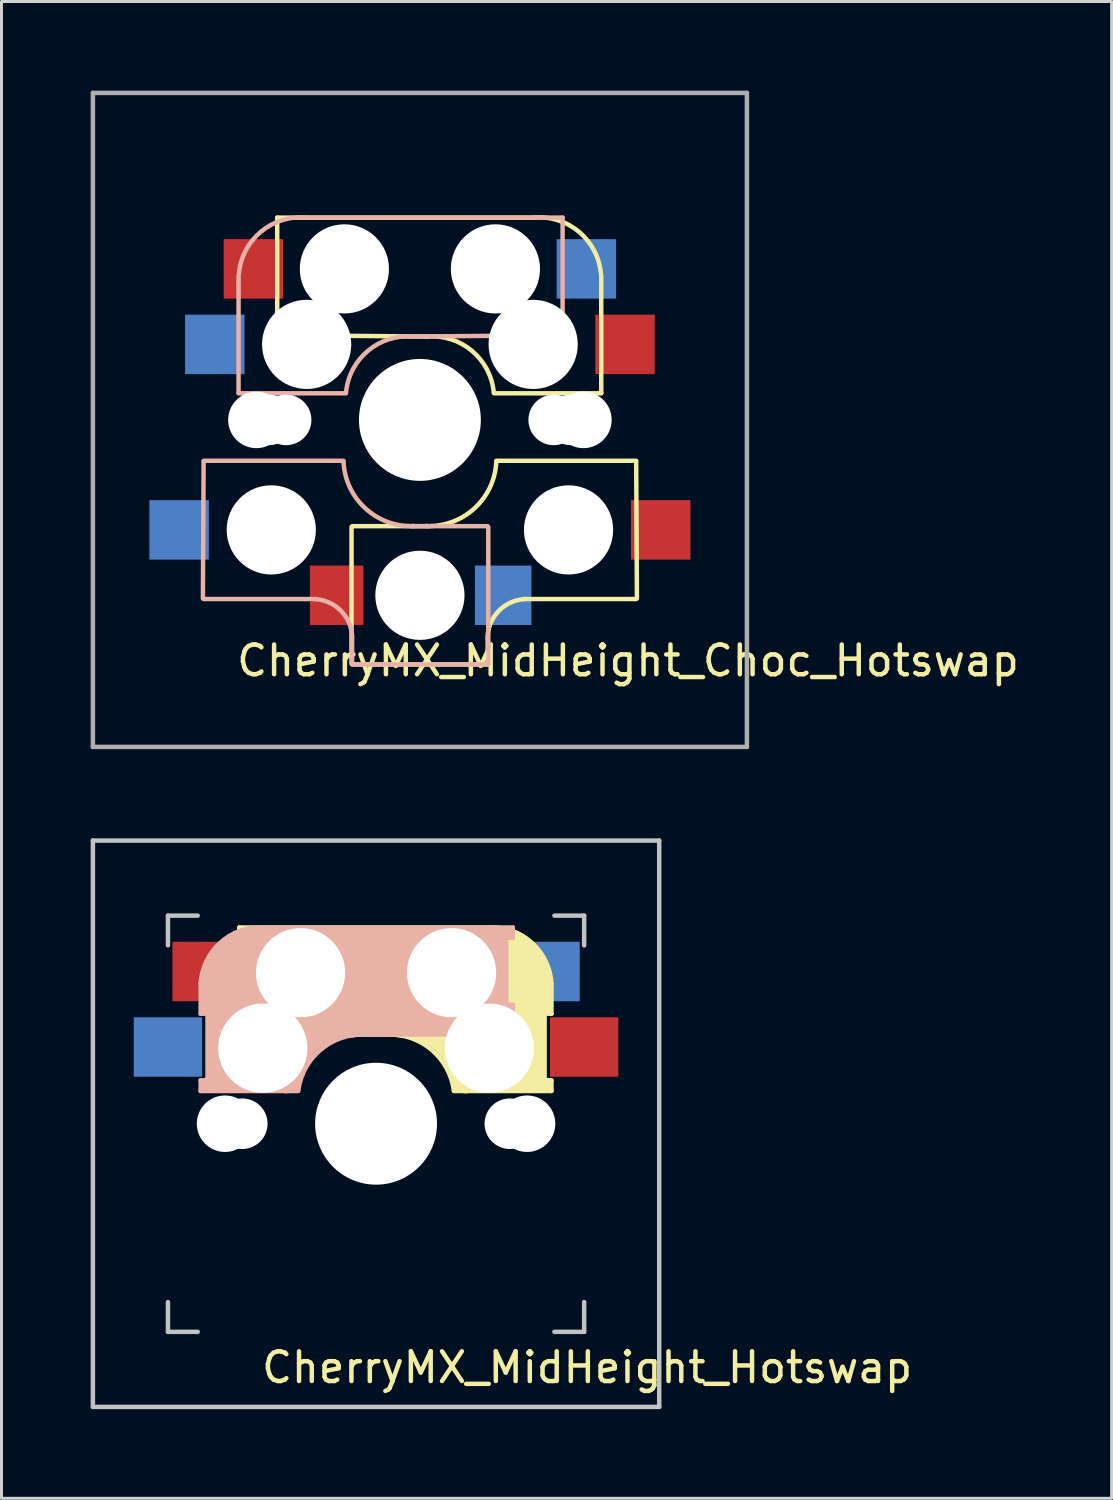
<source format=kicad_pcb>
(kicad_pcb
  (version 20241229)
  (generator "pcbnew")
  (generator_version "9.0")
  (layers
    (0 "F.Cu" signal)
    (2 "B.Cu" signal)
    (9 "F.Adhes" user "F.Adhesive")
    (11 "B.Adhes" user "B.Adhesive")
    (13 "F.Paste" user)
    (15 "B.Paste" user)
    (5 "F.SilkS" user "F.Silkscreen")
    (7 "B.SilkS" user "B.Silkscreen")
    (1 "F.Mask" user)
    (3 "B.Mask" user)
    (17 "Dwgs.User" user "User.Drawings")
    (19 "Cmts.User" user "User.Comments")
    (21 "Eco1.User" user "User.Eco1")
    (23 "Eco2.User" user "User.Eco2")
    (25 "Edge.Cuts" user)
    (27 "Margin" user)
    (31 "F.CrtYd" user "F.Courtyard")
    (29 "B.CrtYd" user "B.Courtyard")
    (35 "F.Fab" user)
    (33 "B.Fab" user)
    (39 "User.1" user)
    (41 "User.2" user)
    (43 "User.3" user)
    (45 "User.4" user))
  (footprint "CherryMX_MidHeight_Choc_Hotswap"
    (layer "F.Cu")
    (at 11.075 11.075)
    (property "Reference" "CherryMX_MidHeight_Choc_Hotswap" (at 7 8.1 0) (layer "F.SilkS") (effects (font (size 1 1) (thickness 0.15))))
    (attr through_hole)
    (fp_line (start -4.8 -6.804) (end 3.825 -6.804) (stroke (width 0.15) (type solid)) (layer "F.SilkS"))
    (fp_line (start -4.8 -2.896) (end -4.8 -6.804) (stroke (width 0.15) (type solid)) (layer "F.SilkS"))
    (fp_line (start -4.8 -2.85) (end 0.25 -2.804) (stroke (width 0.15) (type solid)) (layer "F.SilkS"))
    (fp_line (start -2.3 3.6) (end -2.3 8.2) (stroke (width 0.15) (type solid)) (layer "F.SilkS"))
    (fp_line (start -2.275 3.575) (end 0.275 3.575) (stroke (width 0.15) (type solid)) (layer "F.SilkS"))
    (fp_line (start -2.275 8.225) (end 2.275 8.225) (stroke (width 0.15) (type solid)) (layer "F.SilkS"))
    (fp_line (start 2.28 7.5) (end 2.28 8.2) (stroke (width 0.15) (type solid)) (layer "F.SilkS"))
    (fp_line (start 2.575 1.375) (end 7.275 1.375) (stroke (width 0.15) (type solid)) (layer "F.SilkS"))
    (fp_line (start 3.5 6.025) (end 7.275 6.025) (stroke (width 0.15) (type solid)) (layer "F.SilkS"))
    (fp_line (start 6.1 -4.85) (end 6.1 -0.905) (stroke (width 0.15) (type solid)) (layer "F.SilkS"))
    (fp_line (start 6.1 -0.896) (end 2.49 -0.896) (stroke (width 0.15) (type solid)) (layer "F.SilkS"))
    (fp_line (start 7.275 1.4) (end 7.3 6) (stroke (width 0.15) (type solid)) (layer "F.SilkS"))
    (fp_arc (start 0.225 -2.8) (mid 1.744361 -2.328061) (end 2.485 -0.92) (stroke (width 0.15) (type solid)) (layer "F.SilkS"))
    (fp_arc (start 2.28 7.45) (mid 2.595908 6.48733) (end 3.5 6.03) (stroke (width 0.15) (type solid)) (layer "F.SilkS"))
    (fp_arc (start 2.57 1.4) (mid 1.834422 2.975843) (end 0.2 3.57) (stroke (width 0.15) (type solid)) (layer "F.SilkS"))
    (fp_arc (start 3.825 -6.804) (mid 5.347189 -6.33089) (end 6.089 -4.92) (stroke (width 0.15) (type solid)) (layer "F.SilkS"))
    (fp_line (start -7.275 1.4) (end -7.3 6) (stroke (width 0.15) (type solid)) (layer "B.SilkS"))
    (fp_line (start -6.1 -4.85) (end -6.1 -0.905) (stroke (width 0.15) (type solid)) (layer "B.SilkS"))
    (fp_line (start -6.1 -0.896) (end -2.49 -0.896) (stroke (width 0.15) (type solid)) (layer "B.SilkS"))
    (fp_line (start -3.5 6.025) (end -7.275 6.025) (stroke (width 0.15) (type solid)) (layer "B.SilkS"))
    (fp_line (start -2.575 1.375) (end -7.275 1.375) (stroke (width 0.15) (type solid)) (layer "B.SilkS"))
    (fp_line (start -2.28 7.5) (end -2.28 8.2) (stroke (width 0.15) (type solid)) (layer "B.SilkS"))
    (fp_line (start 2.275 3.575) (end -0.275 3.575) (stroke (width 0.15) (type solid)) (layer "B.SilkS"))
    (fp_line (start 2.275 8.225) (end -2.275 8.225) (stroke (width 0.15) (type solid)) (layer "B.SilkS"))
    (fp_line (start 2.3 3.6) (end 2.3 8.2) (stroke (width 0.15) (type solid)) (layer "B.SilkS"))
    (fp_line (start 4.8 -6.804) (end -3.825 -6.804) (stroke (width 0.15) (type solid)) (layer "B.SilkS"))
    (fp_line (start 4.8 -2.896) (end 4.8 -6.804) (stroke (width 0.15) (type solid)) (layer "B.SilkS"))
    (fp_line (start 4.8 -2.85) (end -0.25 -2.804) (stroke (width 0.15) (type solid)) (layer "B.SilkS"))
    (fp_arc (start -6.089 -4.92) (mid -5.347189 -6.33089) (end -3.825 -6.804) (stroke (width 0.15) (type solid)) (layer "B.SilkS"))
    (fp_arc (start -3.5 6.03) (mid -2.595908 6.48733) (end -2.28 7.45) (stroke (width 0.15) (type solid)) (layer "B.SilkS"))
    (fp_arc (start -2.485 -0.92) (mid -1.744361 -2.328061) (end -0.225 -2.8) (stroke (width 0.15) (type solid)) (layer "B.SilkS"))
    (fp_arc (start -0.2 3.57) (mid -1.834422 2.975843) (end -2.57 1.4) (stroke (width 0.15) (type solid)) (layer "B.SilkS"))
    (fp_line (start -9 -9) (end 9 -9) (stroke (width 0.15) (type solid)) (layer "Eco2.User"))
    (fp_line (start -9 9) (end -9 -9) (stroke (width 0.15) (type solid)) (layer "Eco2.User"))
    (fp_line (start -7 -7) (end 7 -7) (stroke (width 0.15) (type solid)) (layer "Eco2.User"))
    (fp_line (start -7 7) (end -7 -7) (stroke (width 0.15) (type solid)) (layer "Eco2.User"))
    (fp_line (start 7 -7) (end 7 7) (stroke (width 0.15) (type solid)) (layer "Eco2.User"))
    (fp_line (start 7 7) (end -7 7) (stroke (width 0.15) (type solid)) (layer "Eco2.User"))
    (fp_line (start 9 -9) (end 9 9) (stroke (width 0.15) (type solid)) (layer "Eco2.User"))
    (fp_line (start 9 9) (end -9 9) (stroke (width 0.15) (type solid)) (layer "Eco2.User"))
    (fp_line (start -11 -11) (end -11 11) (stroke (width 0.15) (type solid)) (layer "F.Fab"))
    (fp_line (start -11 11) (end 11 11) (stroke (width 0.15) (type solid)) (layer "F.Fab"))
    (fp_line (start 11 -11) (end -11 -11) (stroke (width 0.15) (type solid)) (layer "F.Fab"))
    (fp_line (start 11 11) (end 11 -11) (stroke (width 0.15) (type solid)) (layer "F.Fab"))
    (pad "" np_thru_hole circle (at -5.5 0 90) (size 1.9 1.9) (drill 1.9) (layers "*.Cu" "*.Mask"))
    (pad "" np_thru_hole circle (at -5.08 0) (size 1.7 1.7) (drill 1.7) (layers "*.Cu" "*.Mask"))
    (pad "" np_thru_hole circle (at -5 3.7 90) (size 3 3) (drill 3) (layers "*.Cu" "*.Mask"))
    (pad "" np_thru_hole circle (at -4.5 0) (size 1.7 1.7) (drill 1.7) (layers "*.Cu" "*.Mask"))
    (pad "" np_thru_hole circle (at -3.81 -2.54 180) (size 3 3) (drill 3) (layers "*.Cu" "*.Mask"))
    (pad "" np_thru_hole circle (at -2.54 -5.08 180) (size 3 3) (drill 3) (layers "*.Cu" "*.Mask"))
    (pad "" np_thru_hole circle (at 0 0 90) (size 4.1 4.1) (drill 4.1) (layers "*.Cu" "*.Mask"))
    (pad "" np_thru_hole circle (at 0 5.9 90) (size 3 3) (drill 3) (layers "*.Cu" "*.Mask"))
    (pad "" np_thru_hole circle (at 2.54 -5.08 180) (size 3 3) (drill 3) (layers "*.Cu" "*.Mask"))
    (pad "" np_thru_hole circle (at 3.81 -2.54 180) (size 3 3) (drill 3) (layers "*.Cu" "*.Mask"))
    (pad "" np_thru_hole circle (at 4.5 0) (size 1.7 1.7) (drill 1.7) (layers "*.Cu" "*.Mask"))
    (pad "" np_thru_hole circle (at 5 3.7 270) (size 3 3) (drill 3) (layers "*.Cu" "*.Mask"))
    (pad "" np_thru_hole circle (at 5.08 0) (size 1.7 1.7) (drill 1.7) (layers "*.Cu" "*.Mask"))
    (pad "" np_thru_hole circle (at 5.5 0 90) (size 1.9 1.9) (drill 1.9) (layers "*.Cu" "*.Mask"))
    (pad "1" smd rect (at -8.1 3.7 180) (size 2 2) (layers "B.Cu" "B.Mask" "B.Paste"))
    (pad "1" smd rect (at -6.9 -2.54 180) (size 2 2) (layers "B.Cu" "B.Mask" "B.Paste"))
    (pad "1" smd rect (at -5.6 -5.08 180) (size 2 2) (layers "F.Cu" "F.Mask" "F.Paste"))
    (pad "1" smd rect (at 8.1 3.7 180) (size 2 2) (layers "F.Cu" "F.Mask" "F.Paste"))
    (pad "2" smd rect (at -2.8 5.9 180) (size 1.8 2) (layers "F.Cu" "F.Mask" "F.Paste"))
    (pad "2" smd rect (at 2.8 5.9 180) (size 1.9 2) (layers "B.Cu" "B.Mask" "B.Paste"))
    (pad "2" smd rect (at 5.6 -5.08 180) (size 2 2) (layers "B.Cu" "B.Mask" "B.Paste"))
    (pad "2" smd rect (at 6.9 -2.54 180) (size 2 2) (layers "F.Cu" "F.Mask" "F.Paste")))
  (footprint "CherryMX_MidHeight_Hotswap"
    (layer "F.Cu")
    (at 9.6 34.75)
    (property "Reference" "CherryMX_MidHeight_Hotswap" (at 7.1 8.2 0) (layer "F.SilkS") (effects (font (size 1 1) (thickness 0.15))))
    (attr through_hole)
    (fp_line (start -4.6 -6.6) (end 3.8 -6.6) (stroke (width 0.15) (type solid)) (layer "F.SilkS"))
    (fp_line (start -4.6 -6.25) (end -4.6 -6.6) (stroke (width 0.15) (type solid)) (layer "F.SilkS"))
    (fp_line (start -4.6 -4) (end -4.4 -4) (stroke (width 0.15) (type solid)) (layer "F.SilkS"))
    (fp_line (start -4.6 -3) (end -4.6 -4) (stroke (width 0.15) (type solid)) (layer "F.SilkS"))
    (fp_line (start -4.4 -6.4) (end -3 -6.4) (stroke (width 0.4) (type solid)) (layer "F.SilkS"))
    (fp_line (start -4.4 -6.25) (end -4.6 -6.25) (stroke (width 0.15) (type solid)) (layer "F.SilkS"))
    (fp_line (start -4.4 -3.9) (end -4.4 -3.2) (stroke (width 0.4) (type solid)) (layer "F.SilkS"))
    (fp_line (start -4.38 -4) (end -4.38 -6.25) (stroke (width 0.15) (type solid)) (layer "F.SilkS"))
    (fp_line (start -4.3 -3.3) (end -2.9 -3.3) (stroke (width 0.5) (type solid)) (layer "F.SilkS"))
    (fp_line (start -3.9 -6) (end -3.9 -3.5) (stroke (width 1) (type solid)) (layer "F.SilkS"))
    (fp_line (start -2.6 -4.8) (end 4.1 -4.8) (stroke (width 3.5) (type solid)) (layer "F.SilkS"))
    (fp_line (start 0.4 -3) (end -4.6 -3) (stroke (width 0.15) (type solid)) (layer "F.SilkS"))
    (fp_line (start 4.17 -5.1) (end 4.17 -2.86) (stroke (width 3) (type solid)) (layer "F.SilkS"))
    (fp_line (start 5.3 -1.6) (end 5.3 -3.4) (stroke (width 0.8) (type solid)) (layer "F.SilkS"))
    (fp_line (start 5.67 -3.7) (end 5.67 -1.46) (stroke (width 0.15) (type solid)) (layer "F.SilkS"))
    (fp_line (start 5.7 -1.46) (end 5.9 -1.46) (stroke (width 0.15) (type solid)) (layer "F.SilkS"))
    (fp_line (start 5.7 -1.3) (end 3 -1.3) (stroke (width 0.5) (type solid)) (layer "F.SilkS"))
    (fp_line (start 5.8 -3.8) (end 5.8 -4.7) (stroke (width 0.3) (type solid)) (layer "F.SilkS"))
    (fp_line (start 5.9 -4.7) (end 5.9 -3.7) (stroke (width 0.15) (type solid)) (layer "F.SilkS"))
    (fp_line (start 5.9 -3.7) (end 5.7 -3.7) (stroke (width 0.15) (type solid)) (layer "F.SilkS"))
    (fp_line (start 5.9 -1.1) (end 2.62 -1.1) (stroke (width 0.15) (type solid)) (layer "F.SilkS"))
    (fp_line (start 5.9 -1.1) (end 5.9 -1.46) (stroke (width 0.15) (type solid)) (layer "F.SilkS"))
    (fp_arc (start 0.4 -3) (mid 1.868709 -2.486118) (end 2.616318 -1.121471) (stroke (width 0.15) (type solid)) (layer "F.SilkS"))
    (fp_arc (start 0.8 -3.4) (mid 2.268709 -2.886118) (end 3.016318 -1.521471) (stroke (width 1) (type solid)) (layer "F.SilkS"))
    (fp_arc (start 3.8 -6.600001) (mid 5.243504 -6.084925) (end 5.900001 -4.7) (stroke (width 0.15) (type solid)) (layer "F.SilkS"))
    (fp_line (start -5.9 -4.7) (end -5.9 -3.7) (stroke (width 0.15) (type solid)) (layer "B.SilkS"))
    (fp_line (start -5.9 -3.7) (end -5.7 -3.7) (stroke (width 0.15) (type solid)) (layer "B.SilkS"))
    (fp_line (start -5.9 -1.1) (end -5.9 -1.46) (stroke (width 0.15) (type solid)) (layer "B.SilkS"))
    (fp_line (start -5.9 -1.1) (end -2.62 -1.1) (stroke (width 0.15) (type solid)) (layer "B.SilkS"))
    (fp_line (start -5.8 -3.8) (end -5.8 -4.7) (stroke (width 0.3) (type solid)) (layer "B.SilkS"))
    (fp_line (start -5.7 -1.46) (end -5.9 -1.46) (stroke (width 0.15) (type solid)) (layer "B.SilkS"))
    (fp_line (start -5.7 -1.3) (end -3 -1.3) (stroke (width 0.5) (type solid)) (layer "B.SilkS"))
    (fp_line (start -5.67 -3.7) (end -5.67 -1.46) (stroke (width 0.15) (type solid)) (layer "B.SilkS"))
    (fp_line (start -5.3 -1.6) (end -5.3 -3.4) (stroke (width 0.8) (type solid)) (layer "B.SilkS"))
    (fp_line (start -4.17 -5.1) (end -4.17 -2.86) (stroke (width 3) (type solid)) (layer "B.SilkS"))
    (fp_line (start -0.4 -3) (end 4.6 -3) (stroke (width 0.15) (type solid)) (layer "B.SilkS"))
    (fp_line (start 2.6 -4.8) (end -4.1 -4.8) (stroke (width 3.5) (type solid)) (layer "B.SilkS"))
    (fp_line (start 3.9 -6) (end 3.9 -3.5) (stroke (width 1) (type solid)) (layer "B.SilkS"))
    (fp_line (start 4.3 -3.3) (end 2.9 -3.3) (stroke (width 0.5) (type solid)) (layer "B.SilkS"))
    (fp_line (start 4.38 -4) (end 4.38 -6.25) (stroke (width 0.15) (type solid)) (layer "B.SilkS"))
    (fp_line (start 4.4 -6.4) (end 3 -6.4) (stroke (width 0.4) (type solid)) (layer "B.SilkS"))
    (fp_line (start 4.4 -6.25) (end 4.6 -6.25) (stroke (width 0.15) (type solid)) (layer "B.SilkS"))
    (fp_line (start 4.4 -3.9) (end 4.4 -3.2) (stroke (width 0.4) (type solid)) (layer "B.SilkS"))
    (fp_line (start 4.6 -6.6) (end -3.8 -6.6) (stroke (width 0.15) (type solid)) (layer "B.SilkS"))
    (fp_line (start 4.6 -6.25) (end 4.6 -6.6) (stroke (width 0.15) (type solid)) (layer "B.SilkS"))
    (fp_line (start 4.6 -4) (end 4.4 -4) (stroke (width 0.15) (type solid)) (layer "B.SilkS"))
    (fp_line (start 4.6 -3) (end 4.6 -4) (stroke (width 0.15) (type solid)) (layer "B.SilkS"))
    (fp_arc (start -5.9 -4.699999) (mid -5.243504 -6.084924) (end -3.800001 -6.6) (stroke (width 0.15) (type solid)) (layer "B.SilkS"))
    (fp_arc (start -3.016318 -1.521471) (mid -2.268709 -2.886118) (end -0.8 -3.4) (stroke (width 1) (type solid)) (layer "B.SilkS"))
    (fp_arc (start -2.616318 -1.121471) (mid -1.868709 -2.486118) (end -0.4 -3) (stroke (width 0.15) (type solid)) (layer "B.SilkS"))
    (fp_line (start -9.525 -9.525) (end 9.525 -9.525) (stroke (width 0.15) (type solid)) (layer "Dwgs.User"))
    (fp_line (start -9.525 9.525) (end -9.525 -9.525) (stroke (width 0.15) (type solid)) (layer "Dwgs.User"))
    (fp_line (start -7 -7) (end -6 -7) (stroke (width 0.15) (type solid)) (layer "Dwgs.User"))
    (fp_line (start -7 -6) (end -7 -7) (stroke (width 0.15) (type solid)) (layer "Dwgs.User"))
    (fp_line (start -7 6) (end -7 7) (stroke (width 0.15) (type solid)) (layer "Dwgs.User"))
    (fp_line (start -7 7) (end -6 7) (stroke (width 0.15) (type solid)) (layer "Dwgs.User"))
    (fp_line (start 6 7) (end 7 7) (stroke (width 0.15) (type solid)) (layer "Dwgs.User"))
    (fp_line (start 7 -7) (end 6 -7) (stroke (width 0.15) (type solid)) (layer "Dwgs.User"))
    (fp_line (start 7 -7) (end 7 -6) (stroke (width 0.15) (type solid)) (layer "Dwgs.User"))
    (fp_line (start 7 7) (end 7 6) (stroke (width 0.15) (type solid)) (layer "Dwgs.User"))
    (fp_line (start 9.525 -9.525) (end 9.525 9.525) (stroke (width 0.15) (type solid)) (layer "Dwgs.User"))
    (fp_line (start 9.525 9.525) (end -9.525 9.525) (stroke (width 0.15) (type solid)) (layer "Dwgs.User"))
    (pad "" np_thru_hole circle (at -5.08 0) (size 1.9 1.9) (drill 1.9) (layers "*.Cu" "*.Mask"))
    (pad "" np_thru_hole circle (at -4.5 0) (size 1.7 1.7) (drill 1.7) (layers "*.Cu" "*.Mask"))
    (pad "" np_thru_hole circle (at -3.81 -2.54 180) (size 3 3) (drill 3) (layers "*.Cu" "*.Mask"))
    (pad "" np_thru_hole circle (at -2.54 -5.08 180) (size 3 3) (drill 3) (layers "*.Cu" "*.Mask"))
    (pad "" np_thru_hole circle (at 0 0 90) (size 4.1 4.1) (drill 4.1) (layers "*.Cu" "*.Mask"))
    (pad "" np_thru_hole circle (at 2.54 -5.08 180) (size 3 3) (drill 3) (layers "*.Cu" "*.Mask"))
    (pad "" np_thru_hole circle (at 3.81 -2.54 180) (size 3 3) (drill 3) (layers "*.Cu" "*.Mask"))
    (pad "" np_thru_hole circle (at 4.5 0) (size 1.7 1.7) (drill 1.7) (layers "*.Cu" "*.Mask"))
    (pad "" np_thru_hole circle (at 5.08 0) (size 1.9 1.9) (drill 1.9) (layers "*.Cu" "*.Mask"))
    (pad "1" smd rect (at -7 -2.58 180) (size 2.3 2) (layers "B.Cu" "B.Mask" "B.Paste"))
    (pad "1" smd rect (at 7 -2.58 180) (size 2.3 2) (layers "F.Cu" "F.Mask" "F.Paste"))
    (pad "2" smd rect (at -5.7 -5.12 180) (size 2.3 2) (layers "F.Cu" "F.Mask" "F.Paste"))
    (pad "2" smd rect (at 5.7 -5.12 180) (size 2.3 2) (layers "B.Cu" "B.Mask" "B.Paste")))
  (gr_rect
    (start -3 -3)
    (end 34.343 47.35)
    (stroke (width 0.1) (type default))
    (fill no)
    (layer "Edge.Cuts")))
</source>
